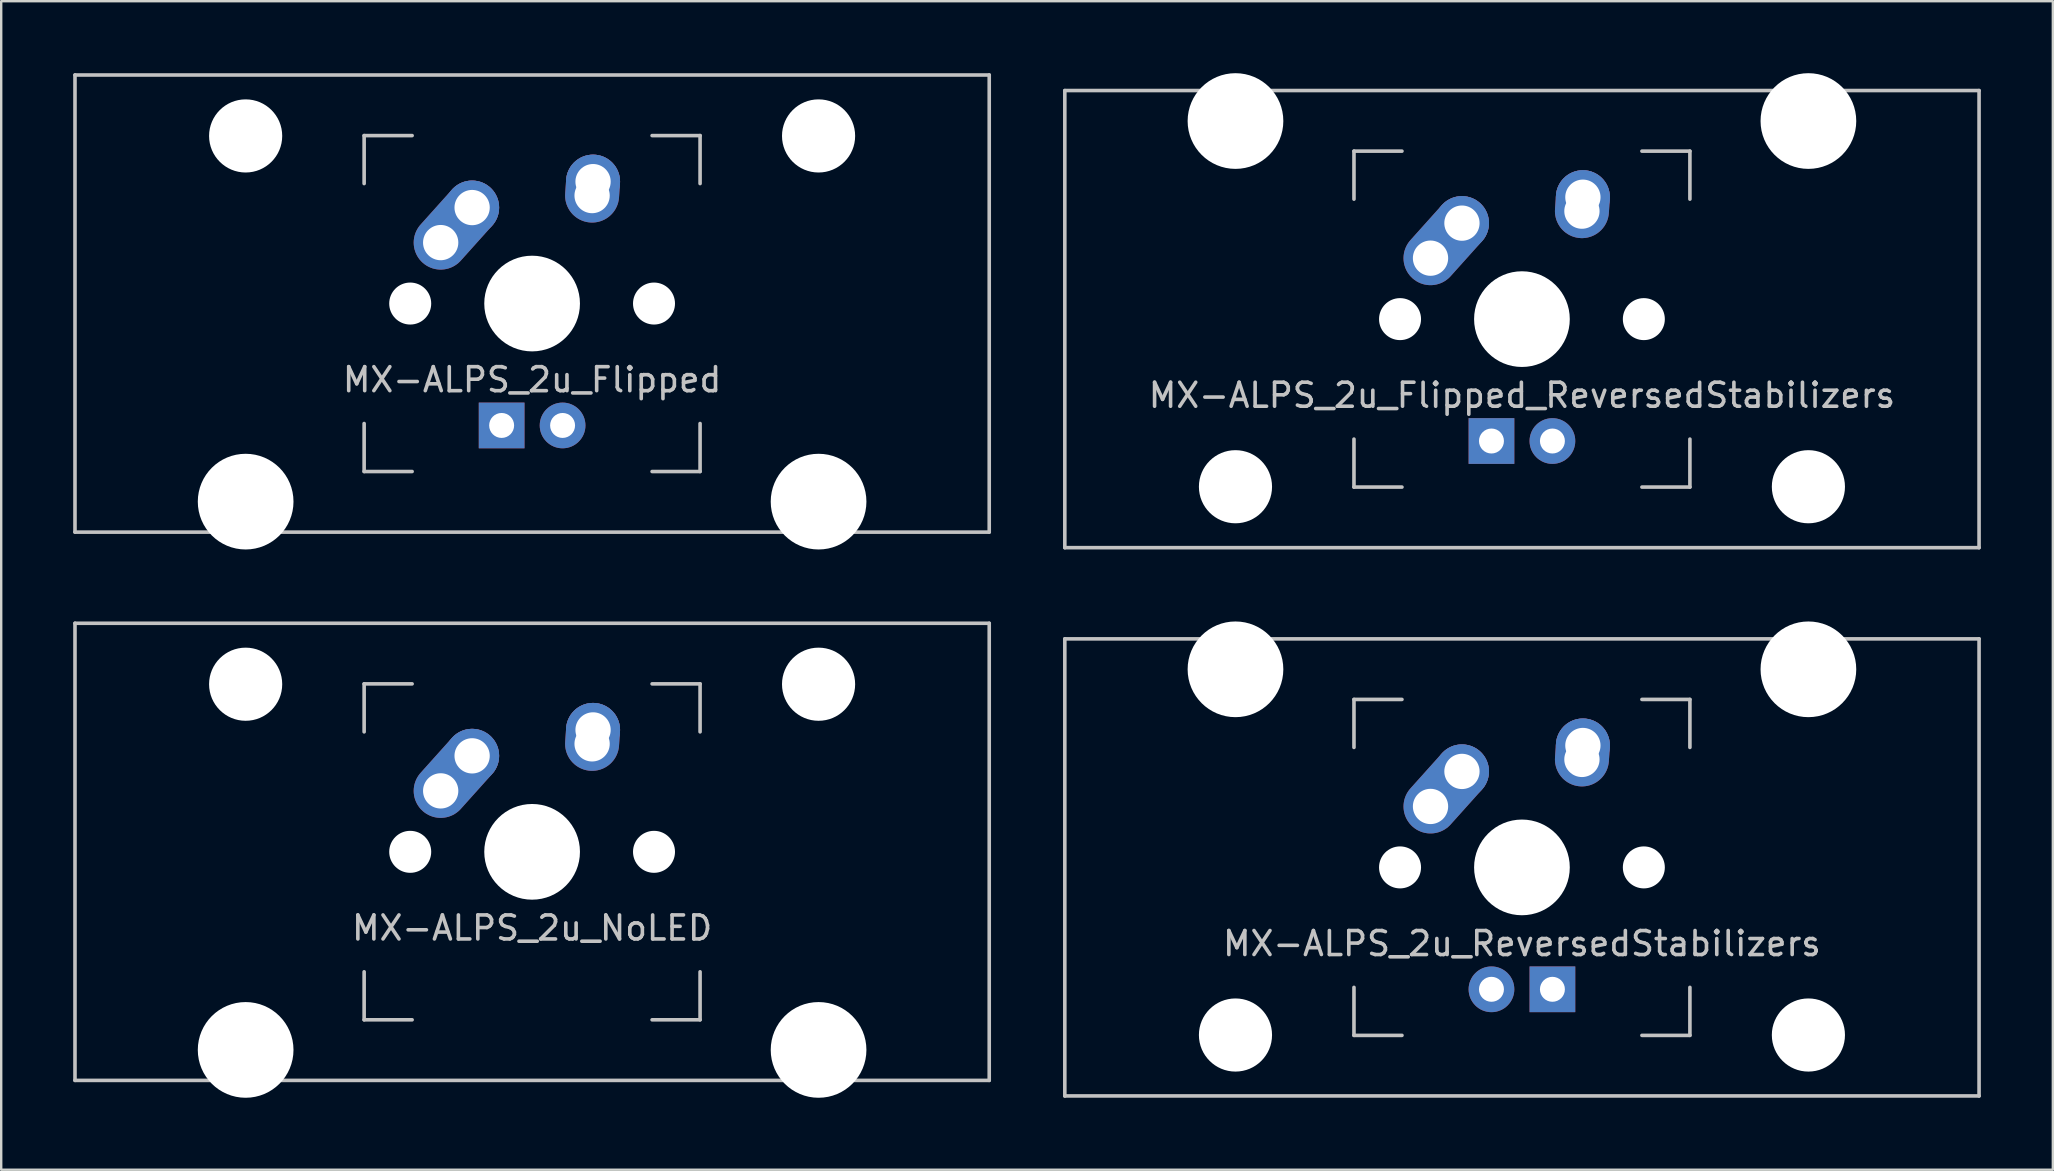
<source format=kicad_pcb>
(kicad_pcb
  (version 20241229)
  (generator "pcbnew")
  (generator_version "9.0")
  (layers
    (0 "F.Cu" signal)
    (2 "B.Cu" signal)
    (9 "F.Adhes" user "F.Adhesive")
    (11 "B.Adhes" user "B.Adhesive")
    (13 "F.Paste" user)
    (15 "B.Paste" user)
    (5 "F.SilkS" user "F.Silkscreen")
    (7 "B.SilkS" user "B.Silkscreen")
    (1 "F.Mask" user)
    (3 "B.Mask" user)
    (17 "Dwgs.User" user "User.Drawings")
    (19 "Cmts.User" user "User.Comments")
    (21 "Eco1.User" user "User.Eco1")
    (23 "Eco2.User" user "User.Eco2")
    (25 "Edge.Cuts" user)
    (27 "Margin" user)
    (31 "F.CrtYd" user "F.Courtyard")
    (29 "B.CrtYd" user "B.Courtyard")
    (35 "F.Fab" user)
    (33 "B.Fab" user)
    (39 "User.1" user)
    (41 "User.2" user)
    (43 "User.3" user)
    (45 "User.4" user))
  (footprint "MX-ALPS_2u_Flipped_ReversedStabilizers"
    (layer "F.Cu")
    (at 60.375 10.249)
    (property "Reference" "MX-ALPS_2u_Flipped_ReversedStabilizers" (at 0 3.175 0) (layer "Dwgs.User") (effects (font (size 1 1) (thickness 0.15))))
    (attr through_hole)
    (fp_line (start -19.05 -9.525) (end 19.05 -9.525) (stroke (width 0.15) (type solid)) (layer "Dwgs.User"))
    (fp_line (start -19.05 9.525) (end -19.05 -9.525) (stroke (width 0.15) (type solid)) (layer "Dwgs.User"))
    (fp_line (start -19.05 9.525) (end 19.05 9.525) (stroke (width 0.15) (type solid)) (layer "Dwgs.User"))
    (fp_line (start -7 -7) (end -7 -5) (stroke (width 0.15) (type solid)) (layer "Dwgs.User"))
    (fp_line (start -7 5) (end -7 7) (stroke (width 0.15) (type solid)) (layer "Dwgs.User"))
    (fp_line (start -7 7) (end -5 7) (stroke (width 0.15) (type solid)) (layer "Dwgs.User"))
    (fp_line (start -5 -7) (end -7 -7) (stroke (width 0.15) (type solid)) (layer "Dwgs.User"))
    (fp_line (start 5 -7) (end 7 -7) (stroke (width 0.15) (type solid)) (layer "Dwgs.User"))
    (fp_line (start 5 7) (end 7 7) (stroke (width 0.15) (type solid)) (layer "Dwgs.User"))
    (fp_line (start 7 -7) (end 7 -5) (stroke (width 0.15) (type solid)) (layer "Dwgs.User"))
    (fp_line (start 7 7) (end 7 5) (stroke (width 0.15) (type solid)) (layer "Dwgs.User"))
    (fp_line (start 19.05 -9.525) (end 19.05 9.525) (stroke (width 0.15) (type solid)) (layer "Dwgs.User"))
    (pad "" np_thru_hole circle (at -11.938 -8.255) (size 3.988 3.988) (drill 3.988) (layers "*.Cu" "*.Mask"))
    (pad "" np_thru_hole circle (at -11.938 6.985) (size 3.048 3.048) (drill 3.048) (layers "*.Cu" "*.Mask"))
    (pad "" np_thru_hole circle (at -5.08 0 48.1) (size 1.75 1.75) (drill 1.75) (layers "*.Cu" "*.Mask"))
    (pad "" np_thru_hole circle (at 0 0) (size 3.988 3.988) (drill 3.988) (layers "*.Cu" "*.Mask"))
    (pad "" np_thru_hole circle (at 5.08 0 48.1) (size 1.75 1.75) (drill 1.75) (layers "*.Cu" "*.Mask"))
    (pad "" np_thru_hole circle (at 11.938 -8.255) (size 3.988 3.988) (drill 3.988) (layers "*.Cu" "*.Mask"))
    (pad "" np_thru_hole circle (at 11.938 6.985) (size 3.048 3.048) (drill 3.048) (layers "*.Cu" "*.Mask"))
    (pad "1" thru_hole oval (at -3.81 -2.54 48.1) (size 4.212 2.25) (drill 1.47 (offset 0.981 0)) (layers "*.Cu" "B.Mask"))
    (pad "1" thru_hole circle (at -2.5 -4) (size 2.25 2.25) (drill 1.47) (layers "*.Cu" "B.Mask"))
    (pad "2" thru_hole oval (at 2.5 -4.5 86.055) (size 2.831 2.25) (drill 1.47 (offset 0.291 0)) (layers "*.Cu" "B.Mask"))
    (pad "2" thru_hole circle (at 2.54 -5.08) (size 2.25 2.25) (drill 1.47) (layers "*.Cu" "B.Mask"))
    (pad "3" thru_hole circle (at 1.27 5.08) (size 1.905 1.905) (drill 1.04) (layers "*.Cu" "B.Mask"))
    (pad "4" thru_hole rect (at -1.27 5.08) (size 1.905 1.905) (drill 1.04) (layers "*.Cu" "B.Mask")))
  (footprint "MX-ALPS_2u_Flipped"
    (layer "F.Cu")
    (at 19.125 9.6)
    (property "Reference" "MX-ALPS_2u_Flipped" (at 0 3.175 0) (layer "Dwgs.User") (effects (font (size 1 1) (thickness 0.15))))
    (attr through_hole)
    (fp_line (start -19.05 -9.525) (end 19.05 -9.525) (stroke (width 0.15) (type solid)) (layer "Dwgs.User"))
    (fp_line (start -19.05 9.525) (end -19.05 -9.525) (stroke (width 0.15) (type solid)) (layer "Dwgs.User"))
    (fp_line (start -19.05 9.525) (end 19.05 9.525) (stroke (width 0.15) (type solid)) (layer "Dwgs.User"))
    (fp_line (start -7 -7) (end -7 -5) (stroke (width 0.15) (type solid)) (layer "Dwgs.User"))
    (fp_line (start -7 5) (end -7 7) (stroke (width 0.15) (type solid)) (layer "Dwgs.User"))
    (fp_line (start -7 7) (end -5 7) (stroke (width 0.15) (type solid)) (layer "Dwgs.User"))
    (fp_line (start -5 -7) (end -7 -7) (stroke (width 0.15) (type solid)) (layer "Dwgs.User"))
    (fp_line (start 5 -7) (end 7 -7) (stroke (width 0.15) (type solid)) (layer "Dwgs.User"))
    (fp_line (start 5 7) (end 7 7) (stroke (width 0.15) (type solid)) (layer "Dwgs.User"))
    (fp_line (start 7 -7) (end 7 -5) (stroke (width 0.15) (type solid)) (layer "Dwgs.User"))
    (fp_line (start 7 7) (end 7 5) (stroke (width 0.15) (type solid)) (layer "Dwgs.User"))
    (fp_line (start 19.05 -9.525) (end 19.05 9.525) (stroke (width 0.15) (type solid)) (layer "Dwgs.User"))
    (pad "" np_thru_hole circle (at -11.938 -6.985) (size 3.048 3.048) (drill 3.048) (layers "*.Cu" "*.Mask"))
    (pad "" np_thru_hole circle (at -11.938 8.255) (size 3.988 3.988) (drill 3.988) (layers "*.Cu" "*.Mask"))
    (pad "" np_thru_hole circle (at -5.08 0 48.1) (size 1.75 1.75) (drill 1.75) (layers "*.Cu" "*.Mask"))
    (pad "" np_thru_hole circle (at 0 0) (size 3.988 3.988) (drill 3.988) (layers "*.Cu" "*.Mask"))
    (pad "" np_thru_hole circle (at 5.08 0 48.1) (size 1.75 1.75) (drill 1.75) (layers "*.Cu" "*.Mask"))
    (pad "" np_thru_hole circle (at 11.938 -6.985) (size 3.048 3.048) (drill 3.048) (layers "*.Cu" "*.Mask"))
    (pad "" np_thru_hole circle (at 11.938 8.255) (size 3.988 3.988) (drill 3.988) (layers "*.Cu" "*.Mask"))
    (pad "1" thru_hole oval (at -3.81 -2.54 48.1) (size 4.212 2.25) (drill 1.47 (offset 0.981 0)) (layers "*.Cu" "B.Mask"))
    (pad "1" thru_hole circle (at -2.5 -4) (size 2.25 2.25) (drill 1.47) (layers "*.Cu" "B.Mask"))
    (pad "2" thru_hole oval (at 2.5 -4.5 86.055) (size 2.831 2.25) (drill 1.47 (offset 0.291 0)) (layers "*.Cu" "B.Mask"))
    (pad "2" thru_hole circle (at 2.54 -5.08) (size 2.25 2.25) (drill 1.47) (layers "*.Cu" "B.Mask"))
    (pad "3" thru_hole circle (at 1.27 5.08) (size 1.905 1.905) (drill 1.04) (layers "*.Cu" "B.Mask"))
    (pad "4" thru_hole rect (at -1.27 5.08) (size 1.905 1.905) (drill 1.04) (layers "*.Cu" "B.Mask")))
  (footprint "MX-ALPS_2u_ReversedStabilizers"
    (layer "F.Cu")
    (at 60.375 33.098)
    (property "Reference" "MX-ALPS_2u_ReversedStabilizers" (at 0 3.175 0) (layer "Dwgs.User") (effects (font (size 1 1) (thickness 0.15))))
    (attr through_hole)
    (fp_line (start -19.05 -9.525) (end 19.05 -9.525) (stroke (width 0.15) (type solid)) (layer "Dwgs.User"))
    (fp_line (start -19.05 9.525) (end -19.05 -9.525) (stroke (width 0.15) (type solid)) (layer "Dwgs.User"))
    (fp_line (start -19.05 9.525) (end 19.05 9.525) (stroke (width 0.15) (type solid)) (layer "Dwgs.User"))
    (fp_line (start -7 -7) (end -7 -5) (stroke (width 0.15) (type solid)) (layer "Dwgs.User"))
    (fp_line (start -7 5) (end -7 7) (stroke (width 0.15) (type solid)) (layer "Dwgs.User"))
    (fp_line (start -7 7) (end -5 7) (stroke (width 0.15) (type solid)) (layer "Dwgs.User"))
    (fp_line (start -5 -7) (end -7 -7) (stroke (width 0.15) (type solid)) (layer "Dwgs.User"))
    (fp_line (start 5 -7) (end 7 -7) (stroke (width 0.15) (type solid)) (layer "Dwgs.User"))
    (fp_line (start 5 7) (end 7 7) (stroke (width 0.15) (type solid)) (layer "Dwgs.User"))
    (fp_line (start 7 -7) (end 7 -5) (stroke (width 0.15) (type solid)) (layer "Dwgs.User"))
    (fp_line (start 7 7) (end 7 5) (stroke (width 0.15) (type solid)) (layer "Dwgs.User"))
    (fp_line (start 19.05 -9.525) (end 19.05 9.525) (stroke (width 0.15) (type solid)) (layer "Dwgs.User"))
    (pad "" np_thru_hole circle (at -11.938 -8.255) (size 3.988 3.988) (drill 3.988) (layers "*.Cu" "*.Mask"))
    (pad "" np_thru_hole circle (at -11.938 6.985) (size 3.048 3.048) (drill 3.048) (layers "*.Cu" "*.Mask"))
    (pad "" np_thru_hole circle (at -5.08 0 48.1) (size 1.75 1.75) (drill 1.75) (layers "*.Cu" "*.Mask"))
    (pad "" np_thru_hole circle (at 0 0) (size 3.988 3.988) (drill 3.988) (layers "*.Cu" "*.Mask"))
    (pad "" np_thru_hole circle (at 5.08 0 48.1) (size 1.75 1.75) (drill 1.75) (layers "*.Cu" "*.Mask"))
    (pad "" np_thru_hole circle (at 11.938 -8.255) (size 3.988 3.988) (drill 3.988) (layers "*.Cu" "*.Mask"))
    (pad "" np_thru_hole circle (at 11.938 6.985) (size 3.048 3.048) (drill 3.048) (layers "*.Cu" "*.Mask"))
    (pad "1" thru_hole oval (at -3.81 -2.54 48.1) (size 4.212 2.25) (drill 1.47 (offset 0.981 0)) (layers "*.Cu" "B.Mask"))
    (pad "1" thru_hole circle (at -2.5 -4) (size 2.25 2.25) (drill 1.47) (layers "*.Cu" "B.Mask"))
    (pad "2" thru_hole oval (at 2.5 -4.5 86.055) (size 2.831 2.25) (drill 1.47 (offset 0.291 0)) (layers "*.Cu" "B.Mask"))
    (pad "2" thru_hole circle (at 2.54 -5.08) (size 2.25 2.25) (drill 1.47) (layers "*.Cu" "B.Mask"))
    (pad "3" thru_hole circle (at -1.27 5.08) (size 1.905 1.905) (drill 1.04) (layers "*.Cu" "B.Mask"))
    (pad "4" thru_hole rect (at 1.27 5.08) (size 1.905 1.905) (drill 1.04) (layers "*.Cu" "B.Mask")))
  (footprint "MX-ALPS_2u_NoLED"
    (layer "F.Cu")
    (at 19.125 32.449)
    (property "Reference" "MX-ALPS_2u_NoLED" (at 0 3.175 0) (layer "Dwgs.User") (effects (font (size 1 1) (thickness 0.15))))
    (attr through_hole)
    (fp_line (start -19.05 -9.525) (end 19.05 -9.525) (stroke (width 0.15) (type solid)) (layer "Dwgs.User"))
    (fp_line (start -19.05 9.525) (end -19.05 -9.525) (stroke (width 0.15) (type solid)) (layer "Dwgs.User"))
    (fp_line (start -19.05 9.525) (end 19.05 9.525) (stroke (width 0.15) (type solid)) (layer "Dwgs.User"))
    (fp_line (start -7 -7) (end -7 -5) (stroke (width 0.15) (type solid)) (layer "Dwgs.User"))
    (fp_line (start -7 5) (end -7 7) (stroke (width 0.15) (type solid)) (layer "Dwgs.User"))
    (fp_line (start -7 7) (end -5 7) (stroke (width 0.15) (type solid)) (layer "Dwgs.User"))
    (fp_line (start -5 -7) (end -7 -7) (stroke (width 0.15) (type solid)) (layer "Dwgs.User"))
    (fp_line (start 5 -7) (end 7 -7) (stroke (width 0.15) (type solid)) (layer "Dwgs.User"))
    (fp_line (start 5 7) (end 7 7) (stroke (width 0.15) (type solid)) (layer "Dwgs.User"))
    (fp_line (start 7 -7) (end 7 -5) (stroke (width 0.15) (type solid)) (layer "Dwgs.User"))
    (fp_line (start 7 7) (end 7 5) (stroke (width 0.15) (type solid)) (layer "Dwgs.User"))
    (fp_line (start 19.05 -9.525) (end 19.05 9.525) (stroke (width 0.15) (type solid)) (layer "Dwgs.User"))
    (pad "" np_thru_hole circle (at -11.938 -6.985) (size 3.048 3.048) (drill 3.048) (layers "*.Cu" "*.Mask"))
    (pad "" np_thru_hole circle (at -11.938 8.255) (size 3.988 3.988) (drill 3.988) (layers "*.Cu" "*.Mask"))
    (pad "" np_thru_hole circle (at -5.08 0 48.1) (size 1.75 1.75) (drill 1.75) (layers "*.Cu" "*.Mask"))
    (pad "" np_thru_hole circle (at 0 0) (size 3.988 3.988) (drill 3.988) (layers "*.Cu" "*.Mask"))
    (pad "" np_thru_hole circle (at 5.08 0 48.1) (size 1.75 1.75) (drill 1.75) (layers "*.Cu" "*.Mask"))
    (pad "" np_thru_hole circle (at 11.938 -6.985) (size 3.048 3.048) (drill 3.048) (layers "*.Cu" "*.Mask"))
    (pad "" np_thru_hole circle (at 11.938 8.255) (size 3.988 3.988) (drill 3.988) (layers "*.Cu" "*.Mask"))
    (pad "1" thru_hole oval (at -3.81 -2.54 48.1) (size 4.212 2.25) (drill 1.47 (offset 0.981 0)) (layers "*.Cu" "B.Mask"))
    (pad "1" thru_hole circle (at -2.5 -4) (size 2.25 2.25) (drill 1.47) (layers "*.Cu" "B.Mask"))
    (pad "2" thru_hole oval (at 2.5 -4.5 86.055) (size 2.831 2.25) (drill 1.47 (offset 0.291 0)) (layers "*.Cu" "B.Mask"))
    (pad "2" thru_hole circle (at 2.54 -5.08) (size 2.25 2.25) (drill 1.47) (layers "*.Cu" "B.Mask")))
  (gr_rect
    (start -3 -3)
    (end 82.5 45.698)
    (stroke (width 0.1) (type default))
    (fill no)
    (layer "Edge.Cuts")))
</source>
